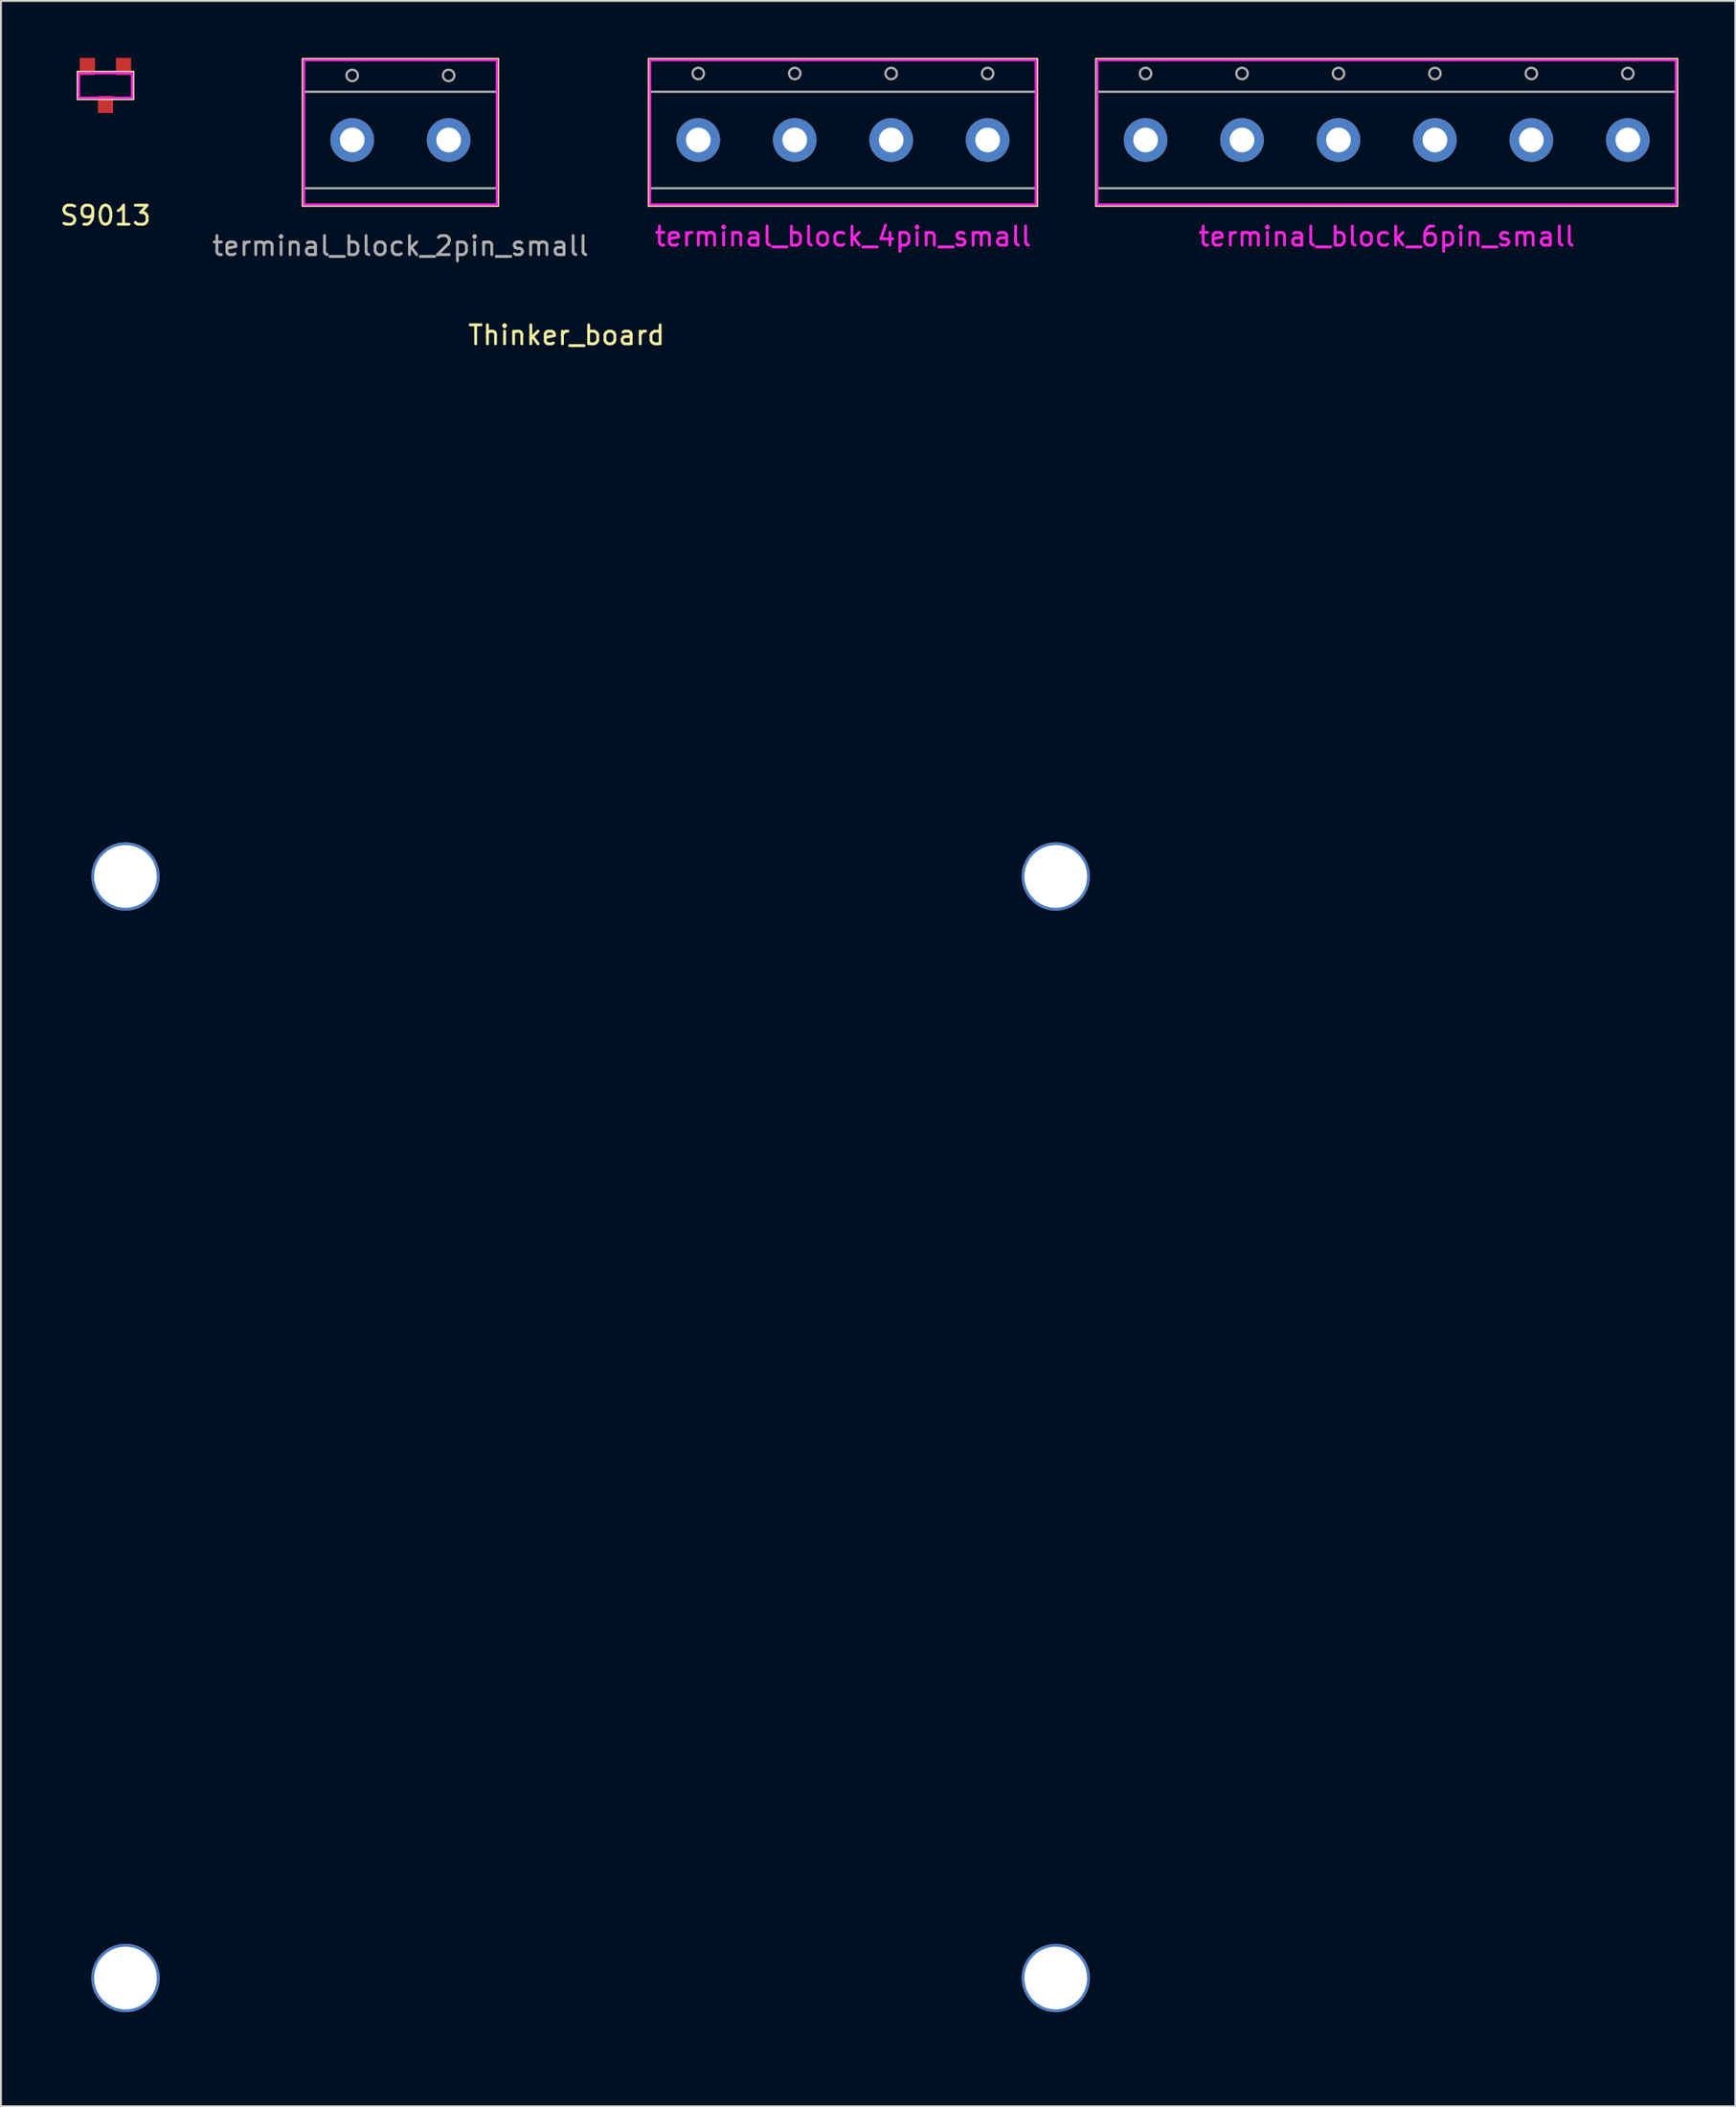
<source format=kicad_pcb>
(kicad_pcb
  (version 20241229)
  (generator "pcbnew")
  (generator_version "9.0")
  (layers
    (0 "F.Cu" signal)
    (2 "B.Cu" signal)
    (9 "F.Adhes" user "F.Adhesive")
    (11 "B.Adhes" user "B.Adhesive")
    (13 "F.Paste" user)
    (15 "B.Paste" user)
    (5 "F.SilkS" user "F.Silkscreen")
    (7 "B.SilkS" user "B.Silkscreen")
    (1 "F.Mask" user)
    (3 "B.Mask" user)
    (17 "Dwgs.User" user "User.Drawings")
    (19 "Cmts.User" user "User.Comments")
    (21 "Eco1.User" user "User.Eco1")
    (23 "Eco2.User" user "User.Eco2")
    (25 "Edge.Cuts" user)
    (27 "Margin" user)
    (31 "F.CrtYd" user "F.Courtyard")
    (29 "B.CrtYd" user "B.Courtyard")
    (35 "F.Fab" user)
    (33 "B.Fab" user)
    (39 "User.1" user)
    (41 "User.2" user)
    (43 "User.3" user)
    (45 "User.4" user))
  (footprint "terminal_block_4pin_small"
    (layer "F.Cu")
    (at 33.731 4.32)
    (property "Reference" "terminal_block_4pin_small" (at 7.62 5.08 0) (layer "F.CrtYd") (effects (font (size 1 1) (thickness 0.15))))
    (attr through_hole)
    (fp_line (start -2.6 -4.26) (end -2.6 3.46) (stroke (width 0.12) (type solid)) (layer "F.SilkS"))
    (fp_line (start -2.6 -4.26) (end 17.84 -4.26) (stroke (width 0.12) (type solid)) (layer "F.SilkS"))
    (fp_line (start -2.6 3.46) (end 17.84 3.46) (stroke (width 0.12) (type solid)) (layer "F.SilkS"))
    (fp_line (start 17.84 -4.26) (end 17.84 3.46) (stroke (width 0.12) (type solid)) (layer "F.SilkS"))
    (fp_line (start -2.54 -4.2) (end -2.54 3.4) (stroke (width 0.12) (type solid)) (layer "F.CrtYd"))
    (fp_line (start -2.54 -4.2) (end 17.78 -4.2) (stroke (width 0.12) (type solid)) (layer "F.CrtYd"))
    (fp_line (start -2.54 3.4) (end 17.78 3.4) (stroke (width 0.12) (type solid)) (layer "F.CrtYd"))
    (fp_line (start 17.78 -4.2) (end 17.78 3.4) (stroke (width 0.12) (type solid)) (layer "F.CrtYd"))
    (fp_line (start -2.54 -2.54) (end 17.78 -2.54) (stroke (width 0.12) (type solid)) (layer "F.Fab"))
    (fp_line (start -2.54 2.54) (end 17.78 2.54) (stroke (width 0.12) (type solid)) (layer "F.Fab"))
    (fp_circle (center 0 -3.5) (end 0.3 -3.5) (stroke (width 0.12) (type solid)) (fill no) (layer "F.Fab"))
    (fp_circle (center 5.08 -3.5) (end 5.38 -3.5) (stroke (width 0.12) (type solid)) (fill no) (layer "F.Fab"))
    (fp_circle (center 10.16 -3.5) (end 10.46 -3.5) (stroke (width 0.12) (type solid)) (fill no) (layer "F.Fab"))
    (fp_circle (center 15.24 -3.5) (end 15.54 -3.5) (stroke (width 0.12) (type solid)) (fill no) (layer "F.Fab"))
    (pad "1" thru_hole circle (at 0 0) (size 2.3 2.3) (drill 1.3) (layers "*.Cu" "*.Mask"))
    (pad "2" thru_hole circle (at 5.08 0) (size 2.3 2.3) (drill 1.3) (layers "*.Cu" "*.Mask"))
    (pad "3" thru_hole circle (at 10.16 0) (size 2.3 2.3) (drill 1.3) (layers "*.Cu" "*.Mask"))
    (pad "4" thru_hole circle (at 15.24 0) (size 2.3 2.3) (drill 1.3) (layers "*.Cu" "*.Mask")))
  (footprint "Thinker_board"
    (layer "F.Cu")
    (at 28.06 104.597)
    (property "Reference" "Thinker_board" (at -1.27 -90 0) (layer "F.SilkS") (effects (font (size 1 1) (thickness 0.15))))
    (attr through_hole)
    (fp_line (start -28 0) (end -28 -85) (stroke (width 0.12) (type solid)) (layer "Eco1.User"))
    (fp_line (start -28 0) (end 28 0) (stroke (width 0.12) (type solid)) (layer "Eco1.User"))
    (fp_line (start -16.2 -83.82) (end -16.2 -78.74) (stroke (width 0.12) (type solid)) (layer "Eco1.User"))
    (fp_line (start -2 -83.82) (end -2 -78.74) (stroke (width 0.12) (type solid)) (layer "Eco1.User"))
    (fp_line (start 17.6 -83.82) (end 17.6 -74.93) (stroke (width 0.12) (type solid)) (layer "Eco1.User"))
    (fp_line (start 22.5 -31.8) (end 26.67 -31.8) (stroke (width 0.12) (type solid)) (layer "Eco1.User"))
    (fp_line (start 22.5 -10.6) (end 26.67 -10.6) (stroke (width 0.12) (type solid)) (layer "Eco1.User"))
    (fp_line (start 28 -85) (end -28 -85) (stroke (width 0.12) (type solid)) (layer "Eco1.User"))
    (fp_line (start 28 -85) (end 28 0) (stroke (width 0.12) (type solid)) (layer "Eco1.User"))
    (pad "" np_thru_hole circle (at -24.5 -61.5) (size 3.6 3.6) (drill 3.3) (layers "*.Cu" "*.Mask"))
    (pad "" np_thru_hole circle (at -24.5 -3.5) (size 3.6 3.6) (drill 3.3) (layers "*.Cu" "*.Mask"))
    (pad "" np_thru_hole circle (at 24.5 -61.5) (size 3.6 3.6) (drill 3.3) (layers "*.Cu" "*.Mask"))
    (pad "" np_thru_hole circle (at 24.5 -3.5) (size 3.6 3.6) (drill 3.3) (layers "*.Cu" "*.Mask")))
  (footprint "terminal_block_2pin_small"
    (layer "F.Cu")
    (at 18.042 4.32)
    (property "Reference" "terminal_block_2pin_small" (at 0 5.58 0) (layer "F.Fab") (effects (font (size 1 1) (thickness 0.15))))
    (attr through_hole)
    (fp_line (start -5.14 -4.26) (end -5.14 3.46) (stroke (width 0.12) (type solid)) (layer "F.SilkS"))
    (fp_line (start -5.14 -4.26) (end 5.14 -4.26) (stroke (width 0.12) (type solid)) (layer "F.SilkS"))
    (fp_line (start -5.14 3.46) (end 5.14 3.46) (stroke (width 0.12) (type solid)) (layer "F.SilkS"))
    (fp_line (start 5.14 -4.26) (end 5.14 3.46) (stroke (width 0.12) (type solid)) (layer "F.SilkS"))
    (fp_line (start -5.08 -4.2) (end -5.08 3.4) (stroke (width 0.12) (type solid)) (layer "F.CrtYd"))
    (fp_line (start -5.08 -4.2) (end 5.08 -4.2) (stroke (width 0.12) (type solid)) (layer "F.CrtYd"))
    (fp_line (start -5.08 3.4) (end 5.08 3.4) (stroke (width 0.12) (type solid)) (layer "F.CrtYd"))
    (fp_line (start 5.08 -4.2) (end 5.08 3.4) (stroke (width 0.12) (type solid)) (layer "F.CrtYd"))
    (fp_line (start -5.08 -2.54) (end 5.08 -2.54) (stroke (width 0.12) (type solid)) (layer "F.Fab"))
    (fp_line (start -5.08 2.54) (end 5.08 2.54) (stroke (width 0.12) (type solid)) (layer "F.Fab"))
    (fp_circle (center -2.54 -3.4) (end -2.24 -3.4) (stroke (width 0.12) (type solid)) (fill no) (layer "F.Fab"))
    (fp_circle (center 2.54 -3.4) (end 2.84 -3.4) (stroke (width 0.12) (type solid)) (fill no) (layer "F.Fab"))
    (pad "1" thru_hole circle (at -2.54 0) (size 2.3 2.3) (drill 1.3) (layers "*.Cu" "*.Mask"))
    (pad "2" thru_hole circle (at 2.54 0) (size 2.3 2.3) (drill 1.3) (layers "*.Cu" "*.Mask")))
  (footprint "S9013"
    (layer "F.Cu")
    (at 2.506 1.45)
    (property "Reference" "S9013" (at 0 6.85 0) (layer "F.SilkS") (effects (font (size 1 1) (thickness 0.15))))
    (attr through_hole)
    (fp_line (start -1.46 -0.71) (end -1.46 0.71) (stroke (width 0.12) (type solid)) (layer "F.SilkS"))
    (fp_line (start 1.46 -0.71) (end -1.46 -0.71) (stroke (width 0.12) (type solid)) (layer "F.SilkS"))
    (fp_line (start 1.46 -0.71) (end 1.46 0.71) (stroke (width 0.12) (type solid)) (layer "F.SilkS"))
    (fp_line (start 1.46 0.71) (end -1.46 0.71) (stroke (width 0.12) (type solid)) (layer "F.SilkS"))
    (fp_line (start -1.4 -0.65) (end -1.4 0.65) (stroke (width 0.12) (type solid)) (layer "F.CrtYd"))
    (fp_line (start 1.4 -0.65) (end -1.4 -0.65) (stroke (width 0.12) (type solid)) (layer "F.CrtYd"))
    (fp_line (start 1.4 -0.65) (end 1.4 0.65) (stroke (width 0.12) (type solid)) (layer "F.CrtYd"))
    (fp_line (start 1.4 0.65) (end -1.4 0.65) (stroke (width 0.12) (type solid)) (layer "F.CrtYd"))
    (pad "B" smd rect (at 0.95 -1) (size 0.8 0.9) (layers "F.Cu" "F.Mask" "F.Paste"))
    (pad "C" smd rect (at 0 1) (size 0.8 0.9) (layers "F.Cu" "F.Mask" "F.Paste"))
    (pad "E" smd rect (at -0.95 -1) (size 0.8 0.9) (layers "F.Cu" "F.Mask" "F.Paste")))
  (footprint "terminal_block_6pin_small"
    (layer "F.Cu")
    (at 57.291 4.32)
    (property "Reference" "terminal_block_6pin_small" (at 12.7 5.08 0) (layer "F.CrtYd") (effects (font (size 1 1) (thickness 0.15))))
    (attr through_hole)
    (fp_line (start -2.6 -4.26) (end -2.6 3.46) (stroke (width 0.12) (type solid)) (layer "F.SilkS"))
    (fp_line (start -2.6 -4.26) (end 28 -4.26) (stroke (width 0.12) (type solid)) (layer "F.SilkS"))
    (fp_line (start -2.6 3.46) (end 28 3.46) (stroke (width 0.12) (type solid)) (layer "F.SilkS"))
    (fp_line (start 28 -4.26) (end 28 3.46) (stroke (width 0.12) (type solid)) (layer "F.SilkS"))
    (fp_line (start -2.54 -4.2) (end -2.54 3.4) (stroke (width 0.12) (type solid)) (layer "F.CrtYd"))
    (fp_line (start -2.54 -4.2) (end 27.94 -4.2) (stroke (width 0.12) (type solid)) (layer "F.CrtYd"))
    (fp_line (start -2.54 3.4) (end 27.94 3.4) (stroke (width 0.12) (type solid)) (layer "F.CrtYd"))
    (fp_line (start 27.94 -4.2) (end 27.94 3.4) (stroke (width 0.12) (type solid)) (layer "F.CrtYd"))
    (fp_line (start -2.54 -2.54) (end 27.94 -2.54) (stroke (width 0.12) (type solid)) (layer "F.Fab"))
    (fp_line (start -2.54 2.54) (end 27.94 2.54) (stroke (width 0.12) (type solid)) (layer "F.Fab"))
    (fp_circle (center 0 -3.5) (end 0.3 -3.5) (stroke (width 0.12) (type solid)) (fill no) (layer "F.Fab"))
    (fp_circle (center 5.08 -3.5) (end 5.38 -3.5) (stroke (width 0.12) (type solid)) (fill no) (layer "F.Fab"))
    (fp_circle (center 10.16 -3.5) (end 10.46 -3.5) (stroke (width 0.12) (type solid)) (fill no) (layer "F.Fab"))
    (fp_circle (center 15.24 -3.5) (end 15.54 -3.5) (stroke (width 0.12) (type solid)) (fill no) (layer "F.Fab"))
    (fp_circle (center 20.32 -3.5) (end 20.62 -3.5) (stroke (width 0.12) (type solid)) (fill no) (layer "F.Fab"))
    (fp_circle (center 25.4 -3.5) (end 25.7 -3.5) (stroke (width 0.12) (type solid)) (fill no) (layer "F.Fab"))
    (pad "1" thru_hole circle (at 0 0) (size 2.3 2.3) (drill 1.3) (layers "*.Cu" "*.Mask"))
    (pad "2" thru_hole circle (at 5.08 0) (size 2.3 2.3) (drill 1.3) (layers "*.Cu" "*.Mask"))
    (pad "3" thru_hole circle (at 10.16 0) (size 2.3 2.3) (drill 1.3) (layers "*.Cu" "*.Mask"))
    (pad "4" thru_hole circle (at 15.24 0) (size 2.3 2.3) (drill 1.3) (layers "*.Cu" "*.Mask"))
    (pad "5" thru_hole circle (at 20.32 0) (size 2.3 2.3) (drill 1.3) (layers "*.Cu" "*.Mask"))
    (pad "6" thru_hole circle (at 25.4 0) (size 2.3 2.3) (drill 1.3) (layers "*.Cu" "*.Mask")))
  (gr_rect
    (start -3 -3)
    (end 88.351 107.847)
    (stroke (width 0.1) (type default))
    (fill no)
    (layer "Edge.Cuts")))
</source>
